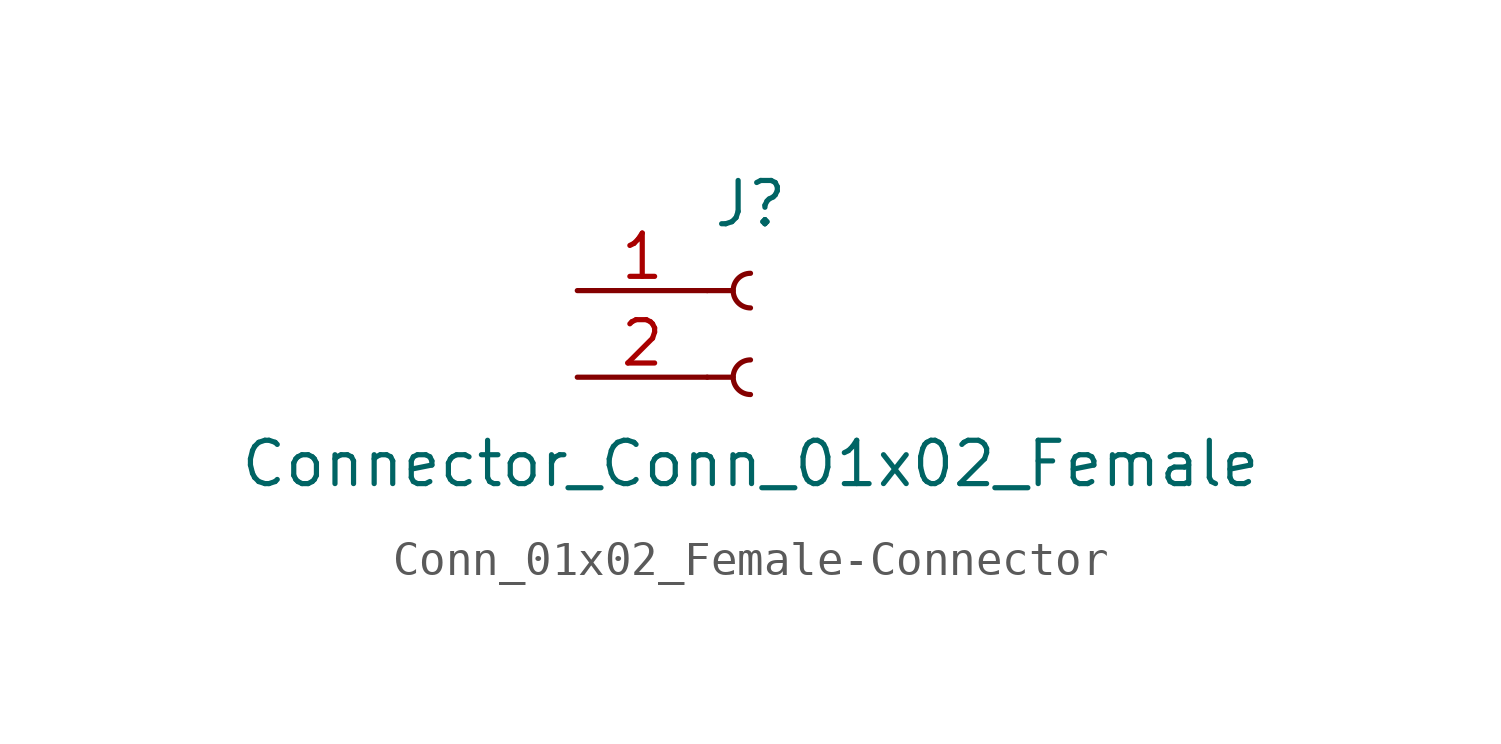
<source format=kicad_sym>
(kicad_symbol_lib
  (version 20231120)
  (generator "kicad_symbol_editor")
  (generator_version "8.0")
  (symbol "Conn_01x02_Female-Connector"
    (pin_names
      (offset 1.016) hide)
    (property "Reference" "J"
      (at 0 2.54 0)
      (effects (font (size 1.27 1.27))))
    (property "Value" "Connector_Conn_01x02_Female"
      (at 0 -5.08 0)
      (effects (font (size 1.27 1.27))))
    (symbol "Conn_01x02_Female-Connector_1_1"
      (arc (start 0 -2.032) (mid -0.508 -2.54) (end 0 -3.048) (stroke (width 0.1524) (type solid)) (fill (type none)))
      (polyline (pts (xy -1.27 -2.54) (xy -0.508 -2.54)) (stroke (width 0.152) (type solid)) (fill (type none)))
      (polyline (pts (xy -1.27 0) (xy -0.508 0)) (stroke (width 0.152) (type solid)) (fill (type none)))
      (arc (start 0 0.508) (mid -0.508 0) (end 0 -0.508) (stroke (width 0.1524) (type solid)) (fill (type none)))
      (pin passive line (at -5.08 0 0) (length 3.81) (name "Pin_1" (effects (font (size 1.27 1.27)))) (number "1" (effects (font (size 1.27 1.27)))))
      (pin passive line (at -5.08 -2.54 0) (length 3.81) (name "Pin_2" (effects (font (size 1.27 1.27)))) (number "2" (effects (font (size 1.27 1.27))))))))
</source>
